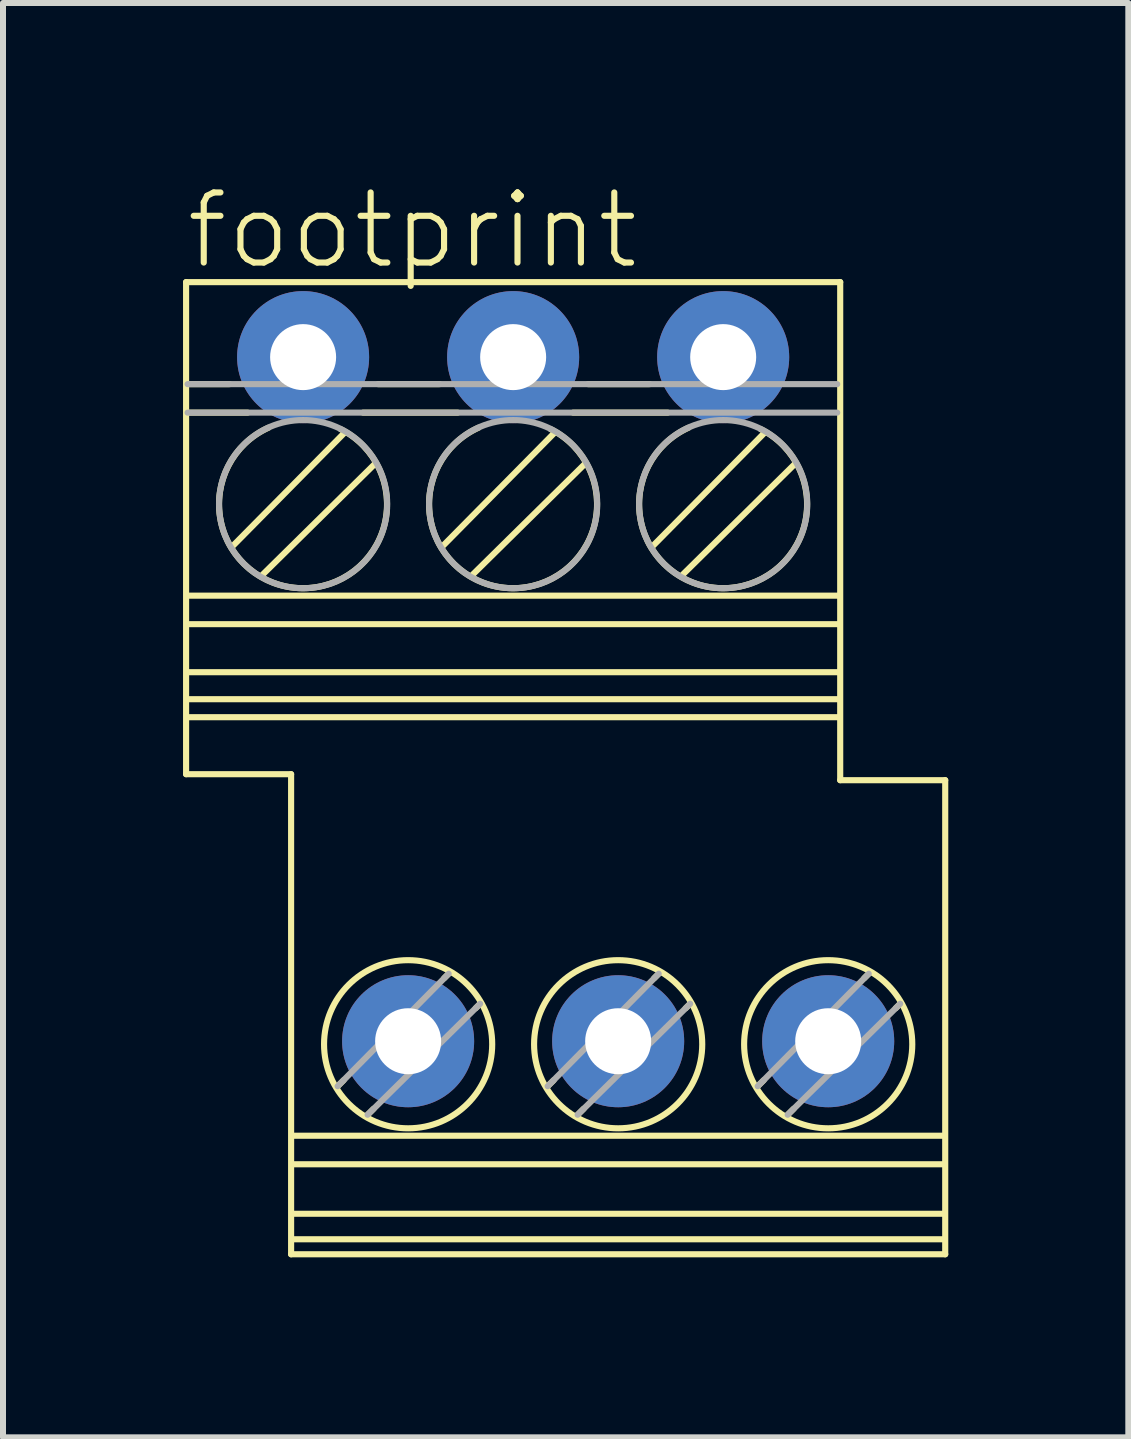
<source format=kicad_pcb>
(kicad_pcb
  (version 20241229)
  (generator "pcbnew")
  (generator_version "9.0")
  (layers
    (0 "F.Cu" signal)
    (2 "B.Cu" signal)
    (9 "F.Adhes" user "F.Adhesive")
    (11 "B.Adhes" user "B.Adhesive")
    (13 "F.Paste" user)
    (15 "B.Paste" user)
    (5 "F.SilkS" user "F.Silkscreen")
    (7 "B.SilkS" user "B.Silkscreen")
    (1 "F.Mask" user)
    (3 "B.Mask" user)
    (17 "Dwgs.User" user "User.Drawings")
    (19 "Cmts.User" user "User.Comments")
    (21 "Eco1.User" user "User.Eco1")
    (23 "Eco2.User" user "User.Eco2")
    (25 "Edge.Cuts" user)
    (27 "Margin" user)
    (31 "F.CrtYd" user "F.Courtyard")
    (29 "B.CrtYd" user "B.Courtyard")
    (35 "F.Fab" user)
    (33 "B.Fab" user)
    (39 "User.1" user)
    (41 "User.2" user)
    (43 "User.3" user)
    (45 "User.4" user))
  (footprint "footprint"
    (layer "F.Cu")
    (at 5.501 9.751)
    (property "Reference" "footprint" (at -5.501 -8.278 0) (layer "F.SilkS") (effects (font (size 1.168 1.168) (thickness 0.102)) (justify left bottom)))
    (fp_line (start -5.45 -8.1) (end 5.45 -8.1) (stroke (width 0.102) (type solid)) (layer "F.SilkS"))
    (fp_line (start -5.45 0.1) (end -5.45 -8.1) (stroke (width 0.102) (type solid)) (layer "F.SilkS"))
    (fp_line (start -5.425 -6.4) (end -4.725 -6.4) (stroke (width 0.102) (type solid)) (layer "F.SilkS"))
    (fp_line (start -5.425 -5.925) (end -4.425 -5.925) (stroke (width 0.102) (type solid)) (layer "F.SilkS"))
    (fp_line (start -5.4 -2.875) (end 5.425 -2.875) (stroke (width 0.102) (type solid)) (layer "F.SilkS"))
    (fp_line (start -5.4 -2.4) (end 5.425 -2.4) (stroke (width 0.102) (type solid)) (layer "F.SilkS"))
    (fp_line (start -5.4 -1.6) (end 5.425 -1.6) (stroke (width 0.102) (type solid)) (layer "F.SilkS"))
    (fp_line (start -5.4 -0.85) (end 5.425 -0.85) (stroke (width 0.102) (type solid)) (layer "F.SilkS"))
    (fp_line (start -4.675 -3.7) (end -2.825 -5.575) (stroke (width 0.102) (type solid)) (layer "F.SilkS"))
    (fp_line (start -4.175 -3.225) (end -2.3 -5.075) (stroke (width 0.102) (type solid)) (layer "F.SilkS"))
    (fp_line (start -3.7 0.1) (end -5.45 0.1) (stroke (width 0.102) (type solid)) (layer "F.SilkS"))
    (fp_line (start -3.7 8.1) (end -3.7 0.1) (stroke (width 0.102) (type solid)) (layer "F.SilkS"))
    (fp_line (start -3.65 6.125) (end 7.175 6.125) (stroke (width 0.102) (type solid)) (layer "F.SilkS"))
    (fp_line (start -3.65 6.6) (end 7.175 6.6) (stroke (width 0.102) (type solid)) (layer "F.SilkS"))
    (fp_line (start -3.65 7.425) (end 7.175 7.425) (stroke (width 0.102) (type solid)) (layer "F.SilkS"))
    (fp_line (start -3.65 7.85) (end 7.175 7.85) (stroke (width 0.102) (type solid)) (layer "F.SilkS"))
    (fp_line (start -2.925 5.3) (end -2.825 5.2) (stroke (width 0.102) (type solid)) (layer "F.SilkS"))
    (fp_line (start -2.5 -5.925) (end -0.925 -5.925) (stroke (width 0.102) (type solid)) (layer "F.SilkS"))
    (fp_line (start -2.425 5.775) (end -2.325 5.675) (stroke (width 0.102) (type solid)) (layer "F.SilkS"))
    (fp_line (start -2.25 -6.4) (end -1.225 -6.4) (stroke (width 0.102) (type solid)) (layer "F.SilkS"))
    (fp_line (start -1.175 -3.7) (end 0.675 -5.575) (stroke (width 0.102) (type solid)) (layer "F.SilkS"))
    (fp_line (start -1.15 3.5) (end -1.075 3.425) (stroke (width 0.102) (type solid)) (layer "F.SilkS"))
    (fp_line (start -0.675 -3.225) (end 1.2 -5.075) (stroke (width 0.102) (type solid)) (layer "F.SilkS"))
    (fp_line (start -0.625 4) (end -0.55 3.925) (stroke (width 0.102) (type solid)) (layer "F.SilkS"))
    (fp_line (start 0.575 5.3) (end 0.675 5.2) (stroke (width 0.102) (type solid)) (layer "F.SilkS"))
    (fp_line (start 1 -5.925) (end 2.575 -5.925) (stroke (width 0.102) (type solid)) (layer "F.SilkS"))
    (fp_line (start 1.075 5.775) (end 1.175 5.675) (stroke (width 0.102) (type solid)) (layer "F.SilkS"))
    (fp_line (start 1.25 -6.4) (end 2.275 -6.4) (stroke (width 0.102) (type solid)) (layer "F.SilkS"))
    (fp_line (start 2.325 -3.7) (end 4.175 -5.575) (stroke (width 0.102) (type solid)) (layer "F.SilkS"))
    (fp_line (start 2.35 3.5) (end 2.425 3.425) (stroke (width 0.102) (type solid)) (layer "F.SilkS"))
    (fp_line (start 2.825 -3.225) (end 4.7 -5.075) (stroke (width 0.102) (type solid)) (layer "F.SilkS"))
    (fp_line (start 2.875 4) (end 2.95 3.925) (stroke (width 0.102) (type solid)) (layer "F.SilkS"))
    (fp_line (start 4.075 5.3) (end 4.175 5.2) (stroke (width 0.102) (type solid)) (layer "F.SilkS"))
    (fp_line (start 4.575 5.775) (end 4.675 5.675) (stroke (width 0.102) (type solid)) (layer "F.SilkS"))
    (fp_line (start 5.425 -1.15) (end -5.4 -1.15) (stroke (width 0.102) (type solid)) (layer "F.SilkS"))
    (fp_line (start 5.45 -8.1) (end 5.45 0.2) (stroke (width 0.102) (type solid)) (layer "F.SilkS"))
    (fp_line (start 5.45 0.2) (end 7.2 0.2) (stroke (width 0.102) (type solid)) (layer "F.SilkS"))
    (fp_line (start 5.85 3.5) (end 5.925 3.425) (stroke (width 0.102) (type solid)) (layer "F.SilkS"))
    (fp_line (start 6.375 4) (end 6.45 3.925) (stroke (width 0.102) (type solid)) (layer "F.SilkS"))
    (fp_line (start 7.2 0.2) (end 7.2 8.1) (stroke (width 0.102) (type solid)) (layer "F.SilkS"))
    (fp_line (start 7.2 8.1) (end -3.7 8.1) (stroke (width 0.102) (type solid)) (layer "F.SilkS"))
    (fp_arc (start -2.874999 -5.65) (mid -3.530481 -2.999357) (end -4.075 -5.675) (stroke (width 0.1016) (type solid)) (layer "F.SilkS"))
    (fp_arc (start 0.625001 -5.65) (mid -0.030481 -2.999357) (end -0.575 -5.675) (stroke (width 0.1016) (type solid)) (layer "F.SilkS"))
    (fp_arc (start 4.125001 -5.65) (mid 3.469517 -2.999357) (end 2.925 -5.675) (stroke (width 0.1016) (type solid)) (layer "F.SilkS"))
    (fp_circle (center -1.75 4.6) (end -0.349 4.6) (stroke (width 0.102) (type solid)) (fill no) (layer "F.SilkS"))
    (fp_circle (center 1.75 4.6) (end 3.151 4.6) (stroke (width 0.102) (type solid)) (fill no) (layer "F.SilkS"))
    (fp_circle (center 5.25 4.6) (end 6.651 4.6) (stroke (width 0.102) (type solid)) (fill no) (layer "F.SilkS"))
    (fp_line (start -5.425 -6.4) (end 5.4 -6.4) (stroke (width 0.102) (type solid)) (layer "F.Fab"))
    (fp_line (start -5.425 -5.925) (end 5.4 -5.925) (stroke (width 0.102) (type solid)) (layer "F.Fab"))
    (fp_line (start -2.925 5.3) (end -1.075 3.425) (stroke (width 0.102) (type solid)) (layer "F.Fab"))
    (fp_line (start -2.425 5.775) (end -0.55 3.925) (stroke (width 0.102) (type solid)) (layer "F.Fab"))
    (fp_line (start 0.575 5.3) (end 2.425 3.425) (stroke (width 0.102) (type solid)) (layer "F.Fab"))
    (fp_line (start 1.075 5.775) (end 2.95 3.925) (stroke (width 0.102) (type solid)) (layer "F.Fab"))
    (fp_line (start 4.075 5.3) (end 5.925 3.425) (stroke (width 0.102) (type solid)) (layer "F.Fab"))
    (fp_line (start 4.575 5.775) (end 6.45 3.925) (stroke (width 0.102) (type solid)) (layer "F.Fab"))
    (fp_circle (center -3.5 -4.4) (end -2.099 -4.4) (stroke (width 0.102) (type solid)) (fill no) (layer "F.Fab"))
    (fp_circle (center 0 -4.4) (end 1.401 -4.4) (stroke (width 0.102) (type solid)) (fill no) (layer "F.Fab"))
    (fp_circle (center 3.5 -4.4) (end 4.901 -4.4) (stroke (width 0.102) (type solid)) (fill no) (layer "F.Fab"))
    (pad "1" thru_hole circle (at -3.5 -6.85) (size 2.2 2.2) (drill 1.1) (layers "*.Cu" "*.Mask"))
    (pad "2" thru_hole circle (at -1.75 4.55) (size 2.2 2.2) (drill 1.1) (layers "*.Cu" "*.Mask"))
    (pad "3" thru_hole circle (at 0 -6.85) (size 2.2 2.2) (drill 1.1) (layers "*.Cu" "*.Mask"))
    (pad "4" thru_hole circle (at 1.75 4.55) (size 2.2 2.2) (drill 1.1) (layers "*.Cu" "*.Mask"))
    (pad "5" thru_hole circle (at 3.5 -6.85) (size 2.2 2.2) (drill 1.1) (layers "*.Cu" "*.Mask"))
    (pad "6" thru_hole circle (at 5.25 4.55) (size 2.2 2.2) (drill 1.1) (layers "*.Cu" "*.Mask")))
  (gr_rect
    (start -3 -3)
    (end 15.752 20.902)
    (stroke (width 0.1) (type default))
    (fill no)
    (layer "Edge.Cuts")))
</source>
